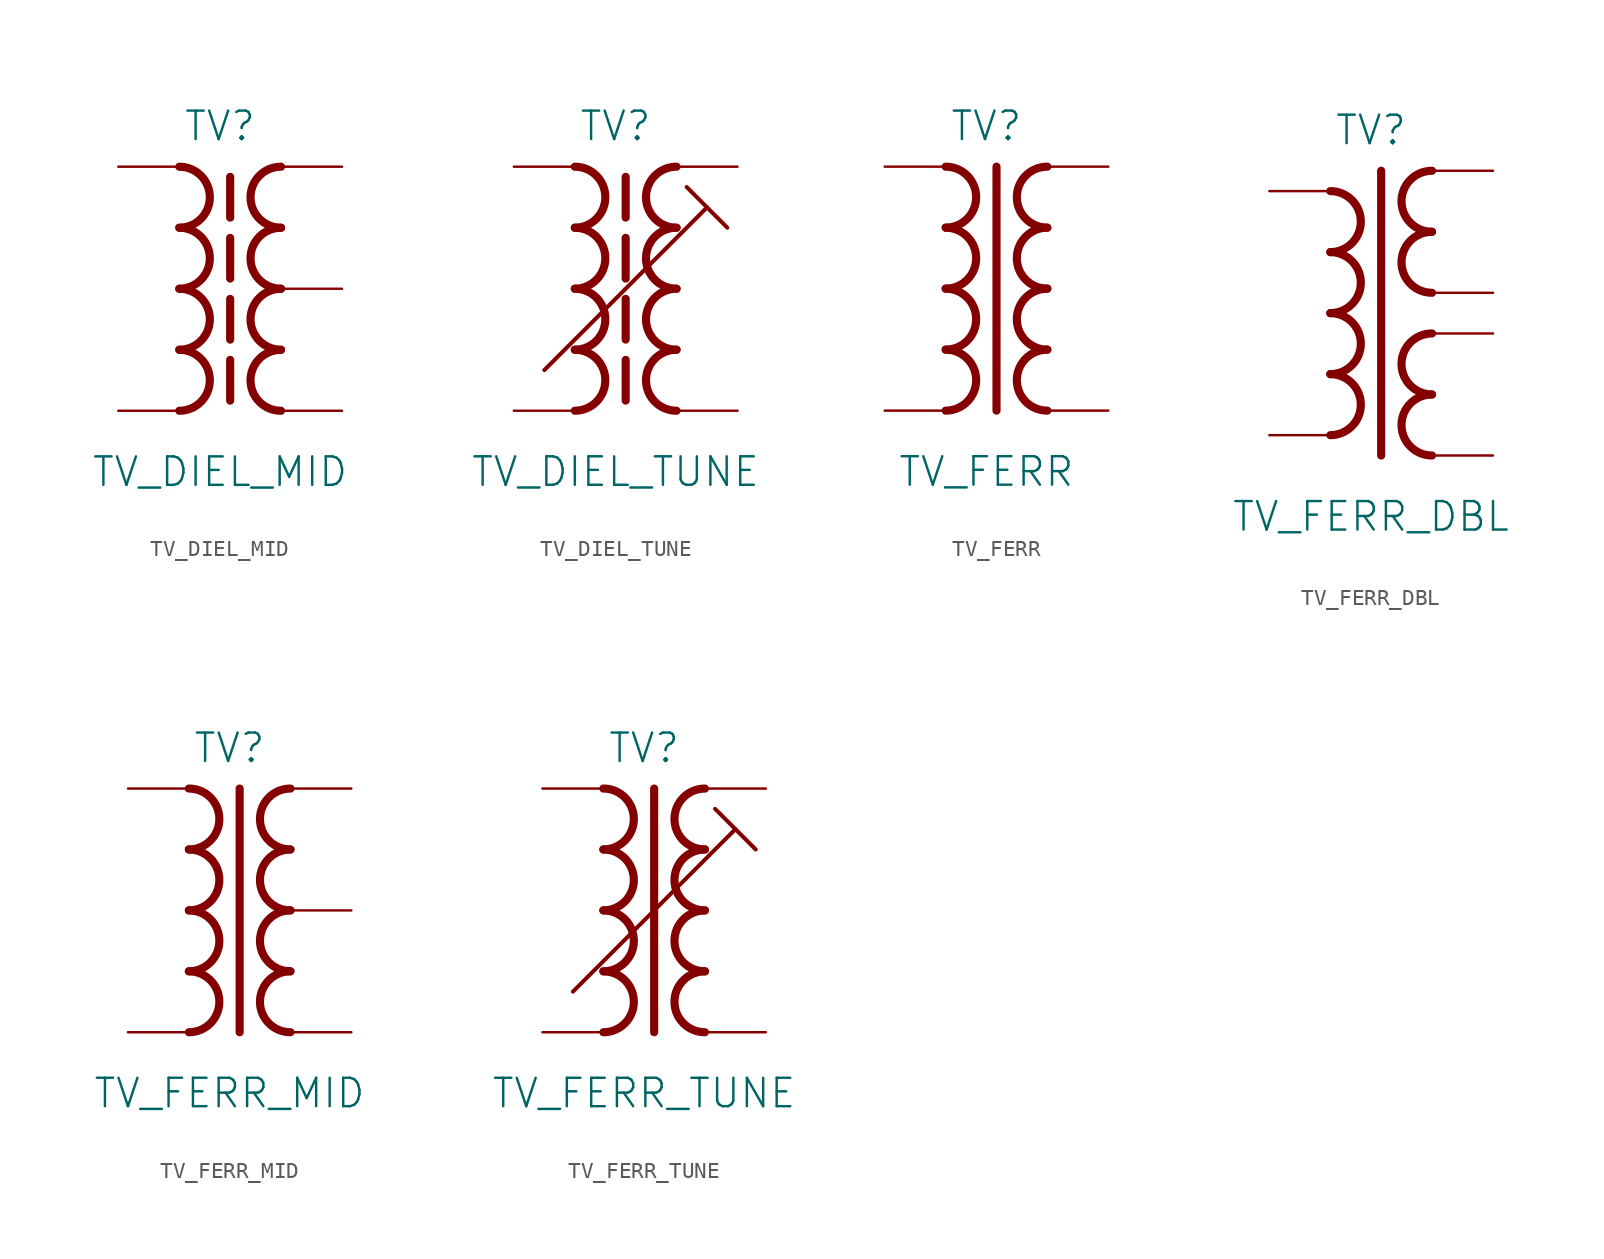
<source format=kicad_sym>
(kicad_symbol_lib
  (version 20211014)
  (generator kicad_symbol_editor)
  (symbol "TV_DIEL_MID"
    (pin_names
      (offset 0))
    (property "Reference" "TV"
      (at -1.27 10.16 0)
      (effects (font (size 1.778 1.778))))
    (property "Value" "TV_DIEL_MID"
      (at -1.27 -11.43 0)
      (effects (font (size 1.778 1.778))))
    (symbol "TV_DIEL_MID_0_1"
      (arc (start -3.81 -7.62) (mid -1.905 -5.715) (end -3.81 -3.81) (stroke (width 0.508) (type default) (color 0 0 0 0)) (fill (type none)))
      (arc (start -3.81 -3.81) (mid -1.905 -1.905) (end -3.81 0) (stroke (width 0.508) (type default) (color 0 0 0 0)) (fill (type none)))
      (arc (start -3.81 0) (mid -1.905 1.905) (end -3.81 3.81) (stroke (width 0.508) (type default) (color 0 0 0 0)) (fill (type none)))
      (arc (start -3.81 3.81) (mid -1.905 5.715) (end -3.81 7.62) (stroke (width 0.508) (type default) (color 0 0 0 0)) (fill (type none)))
      (polyline (pts (xy -7.62 -7.62) (xy -3.81 -7.62)) (stroke (width 0) (type default) (color 0 0 0 0)) (fill (type none)))
      (polyline (pts (xy -7.62 7.62) (xy -3.81 7.62)) (stroke (width 0) (type default) (color 0 0 0 0)) (fill (type none)))
      (polyline (pts (xy -0.635 -4.445) (xy -0.635 -6.985)) (stroke (width 0.508) (type default) (color 0 0 0 0)) (fill (type none)))
      (polyline (pts (xy -0.635 -0.635) (xy -0.635 -3.175)) (stroke (width 0.508) (type default) (color 0 0 0 0)) (fill (type none)))
      (polyline (pts (xy -0.635 3.175) (xy -0.635 0.635)) (stroke (width 0.508) (type default) (color 0 0 0 0)) (fill (type none)))
      (polyline (pts (xy -0.635 6.985) (xy -0.635 4.445)) (stroke (width 0.508) (type default) (color 0 0 0 0)) (fill (type none)))
      (polyline (pts (xy 2.54 -7.62) (xy 6.35 -7.62)) (stroke (width 0) (type default) (color 0 0 0 0)) (fill (type none)))
      (polyline (pts (xy 2.54 0) (xy 6.35 0)) (stroke (width 0) (type default) (color 0 0 0 0)) (fill (type none)))
      (polyline (pts (xy 2.54 7.62) (xy 6.35 7.62)) (stroke (width 0) (type default) (color 0 0 0 0)) (fill (type none)))
      (arc (start 2.54 -3.81) (mid 0.635 -5.715) (end 2.54 -7.62) (stroke (width 0.508) (type default) (color 0 0 0 0)) (fill (type none)))
      (arc (start 2.54 0) (mid 0.635 -1.905) (end 2.54 -3.81) (stroke (width 0.508) (type default) (color 0 0 0 0)) (fill (type none)))
      (arc (start 2.54 3.81) (mid 0.635 1.905) (end 2.54 0) (stroke (width 0.508) (type default) (color 0 0 0 0)) (fill (type none)))
      (arc (start 2.54 7.62) (mid 0.635 5.715) (end 2.54 3.81) (stroke (width 0.508) (type default) (color 0 0 0 0)) (fill (type none))))
    (symbol "TV_DIEL_MID_1_1"
      (pin passive line (at -7.62 7.62 0) (length 2.54) hide (name "~" (effects (font (size 1.27 1.27)))) (number "1" (effects (font (size 1.27 1.27)))))
      (pin passive line (at -7.62 -7.62 0) (length 2.54) hide (name "~" (effects (font (size 1.27 1.27)))) (number "2" (effects (font (size 1.27 1.27)))))
      (pin passive line (at 6.35 7.62 180) (length 2.54) hide (name "~" (effects (font (size 1.27 1.27)))) (number "3" (effects (font (size 1.27 1.27)))))
      (pin passive line (at 6.35 0 180) (length 2.54) hide (name "~" (effects (font (size 1.27 1.27)))) (number "4" (effects (font (size 1.27 1.27)))))
      (pin passive line (at 6.35 -7.62 180) (length 2.54) hide (name "~" (effects (font (size 1.27 1.27)))) (number "5" (effects (font (size 1.27 1.27)))))))
  (symbol "TV_DIEL_TUNE"
    (pin_names
      (offset 0))
    (property "Reference" "TV"
      (at -1.27 10.16 0)
      (effects (font (size 1.778 1.778))))
    (property "Value" "TV_DIEL_TUNE"
      (at -1.27 -11.43 0)
      (effects (font (size 1.778 1.778))))
    (symbol "TV_DIEL_TUNE_0_1"
      (arc (start -3.81 -7.62) (mid -1.905 -5.715) (end -3.81 -3.81) (stroke (width 0.508) (type default) (color 0 0 0 0)) (fill (type none)))
      (arc (start -3.81 -3.81) (mid -1.905 -1.905) (end -3.81 0) (stroke (width 0.508) (type default) (color 0 0 0 0)) (fill (type none)))
      (arc (start -3.81 0) (mid -1.905 1.905) (end -3.81 3.81) (stroke (width 0.508) (type default) (color 0 0 0 0)) (fill (type none)))
      (arc (start -3.81 3.81) (mid -1.905 5.715) (end -3.81 7.62) (stroke (width 0.508) (type default) (color 0 0 0 0)) (fill (type none)))
      (polyline (pts (xy -7.62 -7.62) (xy -3.81 -7.62)) (stroke (width 0) (type default) (color 0 0 0 0)) (fill (type none)))
      (polyline (pts (xy -7.62 7.62) (xy -3.81 7.62)) (stroke (width 0) (type default) (color 0 0 0 0)) (fill (type none)))
      (polyline (pts (xy -5.715 -5.08) (xy 4.445 5.08)) (stroke (width 0.254) (type default) (color 0 0 0 0)) (fill (type none)))
      (polyline (pts (xy -0.635 -4.445) (xy -0.635 -6.985)) (stroke (width 0.508) (type default) (color 0 0 0 0)) (fill (type none)))
      (polyline (pts (xy -0.635 -0.635) (xy -0.635 -3.175)) (stroke (width 0.508) (type default) (color 0 0 0 0)) (fill (type none)))
      (polyline (pts (xy -0.635 3.175) (xy -0.635 0.635)) (stroke (width 0.508) (type default) (color 0 0 0 0)) (fill (type none)))
      (polyline (pts (xy -0.635 6.985) (xy -0.635 4.445)) (stroke (width 0.508) (type default) (color 0 0 0 0)) (fill (type none)))
      (polyline (pts (xy 2.54 -7.62) (xy 6.35 -7.62)) (stroke (width 0) (type default) (color 0 0 0 0)) (fill (type none)))
      (polyline (pts (xy 2.54 7.62) (xy 6.35 7.62)) (stroke (width 0) (type default) (color 0 0 0 0)) (fill (type none)))
      (polyline (pts (xy 3.175 6.35) (xy 5.715 3.81)) (stroke (width 0.254) (type default) (color 0 0 0 0)) (fill (type none)))
      (arc (start 2.54 -3.81) (mid 0.635 -5.715) (end 2.54 -7.62) (stroke (width 0.508) (type default) (color 0 0 0 0)) (fill (type none)))
      (arc (start 2.54 0) (mid 0.635 -1.905) (end 2.54 -3.81) (stroke (width 0.508) (type default) (color 0 0 0 0)) (fill (type none)))
      (arc (start 2.54 3.81) (mid 0.635 1.905) (end 2.54 0) (stroke (width 0.508) (type default) (color 0 0 0 0)) (fill (type none)))
      (arc (start 2.54 7.62) (mid 0.635 5.715) (end 2.54 3.81) (stroke (width 0.508) (type default) (color 0 0 0 0)) (fill (type none))))
    (symbol "TV_DIEL_TUNE_1_1"
      (pin passive line (at -7.62 7.62 0) (length 2.54) hide (name "~" (effects (font (size 1.27 1.27)))) (number "1" (effects (font (size 1.27 1.27)))))
      (pin passive line (at -7.62 -7.62 0) (length 2.54) hide (name "~" (effects (font (size 1.27 1.27)))) (number "2" (effects (font (size 1.27 1.27)))))
      (pin passive line (at 6.35 7.62 180) (length 2.54) hide (name "~" (effects (font (size 1.27 1.27)))) (number "3" (effects (font (size 1.27 1.27)))))
      (pin passive line (at 6.35 -7.62 180) (length 2.54) hide (name "~" (effects (font (size 1.27 1.27)))) (number "4" (effects (font (size 1.27 1.27)))))))
  (symbol "TV_FERR"
    (pin_names
      (offset 0))
    (property "Reference" "TV"
      (at -1.27 10.16 0)
      (effects (font (size 1.778 1.778))))
    (property "Value" "TV_FERR"
      (at -1.27 -11.43 0)
      (effects (font (size 1.778 1.778))))
    (symbol "TV_FERR_0_1"
      (arc (start -3.81 -7.62) (mid -1.905 -5.715) (end -3.81 -3.81) (stroke (width 0.508) (type default) (color 0 0 0 0)) (fill (type none)))
      (arc (start -3.81 -3.81) (mid -1.905 -1.905) (end -3.81 0) (stroke (width 0.508) (type default) (color 0 0 0 0)) (fill (type none)))
      (arc (start -3.81 0) (mid -1.905 1.905) (end -3.81 3.81) (stroke (width 0.508) (type default) (color 0 0 0 0)) (fill (type none)))
      (arc (start -3.81 3.81) (mid -1.905 5.715) (end -3.81 7.62) (stroke (width 0.508) (type default) (color 0 0 0 0)) (fill (type none)))
      (polyline (pts (xy -7.62 -7.62) (xy -3.81 -7.62)) (stroke (width 0) (type default) (color 0 0 0 0)) (fill (type none)))
      (polyline (pts (xy -7.62 7.62) (xy -3.81 7.62)) (stroke (width 0) (type default) (color 0 0 0 0)) (fill (type none)))
      (polyline (pts (xy -0.635 7.62) (xy -0.635 -7.62)) (stroke (width 0.508) (type default) (color 0 0 0 0)) (fill (type none)))
      (polyline (pts (xy 2.54 -7.62) (xy 6.35 -7.62)) (stroke (width 0) (type default) (color 0 0 0 0)) (fill (type none)))
      (polyline (pts (xy 2.54 7.62) (xy 6.35 7.62)) (stroke (width 0) (type default) (color 0 0 0 0)) (fill (type none)))
      (arc (start 2.54 -3.81) (mid 0.635 -5.715) (end 2.54 -7.62) (stroke (width 0.508) (type default) (color 0 0 0 0)) (fill (type none)))
      (arc (start 2.54 0) (mid 0.635 -1.905) (end 2.54 -3.81) (stroke (width 0.508) (type default) (color 0 0 0 0)) (fill (type none)))
      (arc (start 2.54 3.81) (mid 0.635 1.905) (end 2.54 0) (stroke (width 0.508) (type default) (color 0 0 0 0)) (fill (type none)))
      (arc (start 2.54 7.62) (mid 0.635 5.715) (end 2.54 3.81) (stroke (width 0.508) (type default) (color 0 0 0 0)) (fill (type none))))
    (symbol "TV_FERR_1_1"
      (pin passive line (at -7.62 7.62 0) (length 2.54) hide (name "~" (effects (font (size 1.27 1.27)))) (number "1" (effects (font (size 1.27 1.27)))))
      (pin passive line (at -7.62 -7.62 0) (length 2.54) hide (name "~" (effects (font (size 1.27 1.27)))) (number "2" (effects (font (size 1.27 1.27)))))
      (pin passive line (at 6.35 7.62 180) (length 2.54) hide (name "~" (effects (font (size 1.27 1.27)))) (number "3" (effects (font (size 1.27 1.27)))))
      (pin passive line (at 6.35 -7.62 180) (length 2.54) hide (name "~" (effects (font (size 1.27 1.27)))) (number "4" (effects (font (size 1.27 1.27)))))))
  (symbol "TV_FERR_DBL"
    (pin_names
      (offset 0))
    (property "Reference" "TV"
      (at -1.27 11.43 0)
      (effects (font (size 1.778 1.778))))
    (property "Value" "TV_FERR_DBL"
      (at -1.27 -12.7 0)
      (effects (font (size 1.778 1.778))))
    (symbol "TV_FERR_DBL_0_1"
      (arc (start -3.81 -7.62) (mid -1.905 -5.715) (end -3.81 -3.81) (stroke (width 0.508) (type default) (color 0 0 0 0)) (fill (type none)))
      (arc (start -3.81 -3.81) (mid -1.905 -1.905) (end -3.81 0) (stroke (width 0.508) (type default) (color 0 0 0 0)) (fill (type none)))
      (arc (start -3.81 0) (mid -1.905 1.905) (end -3.81 3.81) (stroke (width 0.508) (type default) (color 0 0 0 0)) (fill (type none)))
      (arc (start -3.81 3.81) (mid -1.905 5.715) (end -3.81 7.62) (stroke (width 0.508) (type default) (color 0 0 0 0)) (fill (type none)))
      (polyline (pts (xy -7.62 -7.62) (xy -3.81 -7.62)) (stroke (width 0) (type default) (color 0 0 0 0)) (fill (type none)))
      (polyline (pts (xy -7.62 7.62) (xy -3.81 7.62)) (stroke (width 0) (type default) (color 0 0 0 0)) (fill (type none)))
      (polyline (pts (xy -0.635 8.89) (xy -0.635 -8.89)) (stroke (width 0.508) (type default) (color 0 0 0 0)) (fill (type none)))
      (polyline (pts (xy 2.54 -8.89) (xy 6.35 -8.89)) (stroke (width 0) (type default) (color 0 0 0 0)) (fill (type none)))
      (polyline (pts (xy 2.54 -1.27) (xy 6.35 -1.27)) (stroke (width 0) (type default) (color 0 0 0 0)) (fill (type none)))
      (polyline (pts (xy 2.54 1.27) (xy 6.35 1.27)) (stroke (width 0) (type default) (color 0 0 0 0)) (fill (type none)))
      (polyline (pts (xy 2.54 8.89) (xy 6.35 8.89)) (stroke (width 0) (type default) (color 0 0 0 0)) (fill (type none)))
      (arc (start 2.54 -5.08) (mid 0.635 -6.985) (end 2.54 -8.89) (stroke (width 0.508) (type default) (color 0 0 0 0)) (fill (type none)))
      (arc (start 2.54 -1.27) (mid 0.635 -3.175) (end 2.54 -5.08) (stroke (width 0.508) (type default) (color 0 0 0 0)) (fill (type none)))
      (arc (start 2.54 5.08) (mid 0.635 3.175) (end 2.54 1.27) (stroke (width 0.508) (type default) (color 0 0 0 0)) (fill (type none)))
      (arc (start 2.54 8.89) (mid 0.635 6.985) (end 2.54 5.08) (stroke (width 0.508) (type default) (color 0 0 0 0)) (fill (type none))))
    (symbol "TV_FERR_DBL_1_1"
      (pin passive line (at -7.62 7.62 0) (length 2.54) hide (name "~" (effects (font (size 1.27 1.27)))) (number "1" (effects (font (size 1.27 1.27)))))
      (pin passive line (at -7.62 -7.62 0) (length 2.54) hide (name "~" (effects (font (size 1.27 1.27)))) (number "2" (effects (font (size 1.27 1.27)))))
      (pin passive line (at 6.35 8.89 180) (length 2.54) hide (name "~" (effects (font (size 1.27 1.27)))) (number "3" (effects (font (size 1.27 1.27)))))
      (pin passive line (at 6.35 1.27 180) (length 2.54) hide (name "~" (effects (font (size 1.27 1.27)))) (number "4" (effects (font (size 1.27 1.27)))))
      (pin passive line (at 6.35 -1.27 180) (length 2.54) hide (name "~" (effects (font (size 1.27 1.27)))) (number "5" (effects (font (size 1.27 1.27)))))
      (pin passive line (at 6.35 -8.89 180) (length 2.54) hide (name "~" (effects (font (size 1.27 1.27)))) (number "6" (effects (font (size 1.27 1.27)))))))
  (symbol "TV_FERR_MID"
    (pin_names
      (offset 0))
    (property "Reference" "TV"
      (at -1.27 10.16 0)
      (effects (font (size 1.778 1.778))))
    (property "Value" "TV_FERR_MID"
      (at -1.27 -11.43 0)
      (effects (font (size 1.778 1.778))))
    (symbol "TV_FERR_MID_0_1"
      (arc (start -3.81 -7.62) (mid -1.905 -5.715) (end -3.81 -3.81) (stroke (width 0.508) (type default) (color 0 0 0 0)) (fill (type none)))
      (arc (start -3.81 -3.81) (mid -1.905 -1.905) (end -3.81 0) (stroke (width 0.508) (type default) (color 0 0 0 0)) (fill (type none)))
      (arc (start -3.81 0) (mid -1.905 1.905) (end -3.81 3.81) (stroke (width 0.508) (type default) (color 0 0 0 0)) (fill (type none)))
      (arc (start -3.81 3.81) (mid -1.905 5.715) (end -3.81 7.62) (stroke (width 0.508) (type default) (color 0 0 0 0)) (fill (type none)))
      (polyline (pts (xy -7.62 -7.62) (xy -3.81 -7.62)) (stroke (width 0) (type default) (color 0 0 0 0)) (fill (type none)))
      (polyline (pts (xy -7.62 7.62) (xy -3.81 7.62)) (stroke (width 0) (type default) (color 0 0 0 0)) (fill (type none)))
      (polyline (pts (xy -0.635 7.62) (xy -0.635 -7.62)) (stroke (width 0.508) (type default) (color 0 0 0 0)) (fill (type none)))
      (polyline (pts (xy 2.54 -7.62) (xy 6.35 -7.62)) (stroke (width 0) (type default) (color 0 0 0 0)) (fill (type none)))
      (polyline (pts (xy 2.54 0) (xy 6.35 0)) (stroke (width 0) (type default) (color 0 0 0 0)) (fill (type none)))
      (polyline (pts (xy 2.54 7.62) (xy 6.35 7.62)) (stroke (width 0) (type default) (color 0 0 0 0)) (fill (type none)))
      (arc (start 2.54 -3.81) (mid 0.635 -5.715) (end 2.54 -7.62) (stroke (width 0.508) (type default) (color 0 0 0 0)) (fill (type none)))
      (arc (start 2.54 0) (mid 0.635 -1.905) (end 2.54 -3.81) (stroke (width 0.508) (type default) (color 0 0 0 0)) (fill (type none)))
      (arc (start 2.54 3.81) (mid 0.635 1.905) (end 2.54 0) (stroke (width 0.508) (type default) (color 0 0 0 0)) (fill (type none)))
      (arc (start 2.54 7.62) (mid 0.635 5.715) (end 2.54 3.81) (stroke (width 0.508) (type default) (color 0 0 0 0)) (fill (type none))))
    (symbol "TV_FERR_MID_1_1"
      (pin passive line (at -7.62 7.62 0) (length 2.54) hide (name "~" (effects (font (size 1.27 1.27)))) (number "1" (effects (font (size 1.27 1.27)))))
      (pin passive line (at -7.62 -7.62 0) (length 2.54) hide (name "~" (effects (font (size 1.27 1.27)))) (number "2" (effects (font (size 1.27 1.27)))))
      (pin passive line (at 6.35 7.62 180) (length 2.54) hide (name "~" (effects (font (size 1.27 1.27)))) (number "3" (effects (font (size 1.27 1.27)))))
      (pin passive line (at 6.35 0 180) (length 2.54) hide (name "~" (effects (font (size 1.27 1.27)))) (number "4" (effects (font (size 1.27 1.27)))))
      (pin passive line (at 6.35 -7.62 180) (length 2.54) hide (name "~" (effects (font (size 1.27 1.27)))) (number "5" (effects (font (size 1.27 1.27)))))))
  (symbol "TV_FERR_TUNE"
    (pin_names
      (offset 0))
    (property "Reference" "TV"
      (at -1.27 10.16 0)
      (effects (font (size 1.778 1.778))))
    (property "Value" "TV_FERR_TUNE"
      (at -1.27 -11.43 0)
      (effects (font (size 1.778 1.778))))
    (symbol "TV_FERR_TUNE_0_1"
      (arc (start -3.81 -7.62) (mid -1.905 -5.715) (end -3.81 -3.81) (stroke (width 0.508) (type default) (color 0 0 0 0)) (fill (type none)))
      (arc (start -3.81 -3.81) (mid -1.905 -1.905) (end -3.81 0) (stroke (width 0.508) (type default) (color 0 0 0 0)) (fill (type none)))
      (arc (start -3.81 0) (mid -1.905 1.905) (end -3.81 3.81) (stroke (width 0.508) (type default) (color 0 0 0 0)) (fill (type none)))
      (arc (start -3.81 3.81) (mid -1.905 5.715) (end -3.81 7.62) (stroke (width 0.508) (type default) (color 0 0 0 0)) (fill (type none)))
      (polyline (pts (xy -7.62 -7.62) (xy -3.81 -7.62)) (stroke (width 0) (type default) (color 0 0 0 0)) (fill (type none)))
      (polyline (pts (xy -7.62 7.62) (xy -3.81 7.62)) (stroke (width 0) (type default) (color 0 0 0 0)) (fill (type none)))
      (polyline (pts (xy -5.715 -5.08) (xy 4.445 5.08)) (stroke (width 0.254) (type default) (color 0 0 0 0)) (fill (type none)))
      (polyline (pts (xy -0.635 7.62) (xy -0.635 -7.62)) (stroke (width 0.508) (type default) (color 0 0 0 0)) (fill (type none)))
      (polyline (pts (xy 2.54 -7.62) (xy 6.35 -7.62)) (stroke (width 0) (type default) (color 0 0 0 0)) (fill (type none)))
      (polyline (pts (xy 2.54 7.62) (xy 6.35 7.62)) (stroke (width 0) (type default) (color 0 0 0 0)) (fill (type none)))
      (polyline (pts (xy 3.175 6.35) (xy 5.715 3.81)) (stroke (width 0.254) (type default) (color 0 0 0 0)) (fill (type none)))
      (arc (start 2.54 -3.81) (mid 0.635 -5.715) (end 2.54 -7.62) (stroke (width 0.508) (type default) (color 0 0 0 0)) (fill (type none)))
      (arc (start 2.54 0) (mid 0.635 -1.905) (end 2.54 -3.81) (stroke (width 0.508) (type default) (color 0 0 0 0)) (fill (type none)))
      (arc (start 2.54 3.81) (mid 0.635 1.905) (end 2.54 0) (stroke (width 0.508) (type default) (color 0 0 0 0)) (fill (type none)))
      (arc (start 2.54 7.62) (mid 0.635 5.715) (end 2.54 3.81) (stroke (width 0.508) (type default) (color 0 0 0 0)) (fill (type none))))
    (symbol "TV_FERR_TUNE_1_1"
      (pin passive line (at -7.62 7.62 0) (length 2.54) hide (name "~" (effects (font (size 1.27 1.27)))) (number "1" (effects (font (size 1.27 1.27)))))
      (pin passive line (at -7.62 -7.62 0) (length 2.54) hide (name "~" (effects (font (size 1.27 1.27)))) (number "2" (effects (font (size 1.27 1.27)))))
      (pin passive line (at 6.35 7.62 180) (length 2.54) hide (name "~" (effects (font (size 1.27 1.27)))) (number "3" (effects (font (size 1.27 1.27)))))
      (pin passive line (at 6.35 -7.62 180) (length 2.54) hide (name "~" (effects (font (size 1.27 1.27)))) (number "4" (effects (font (size 1.27 1.27))))))))
</source>
